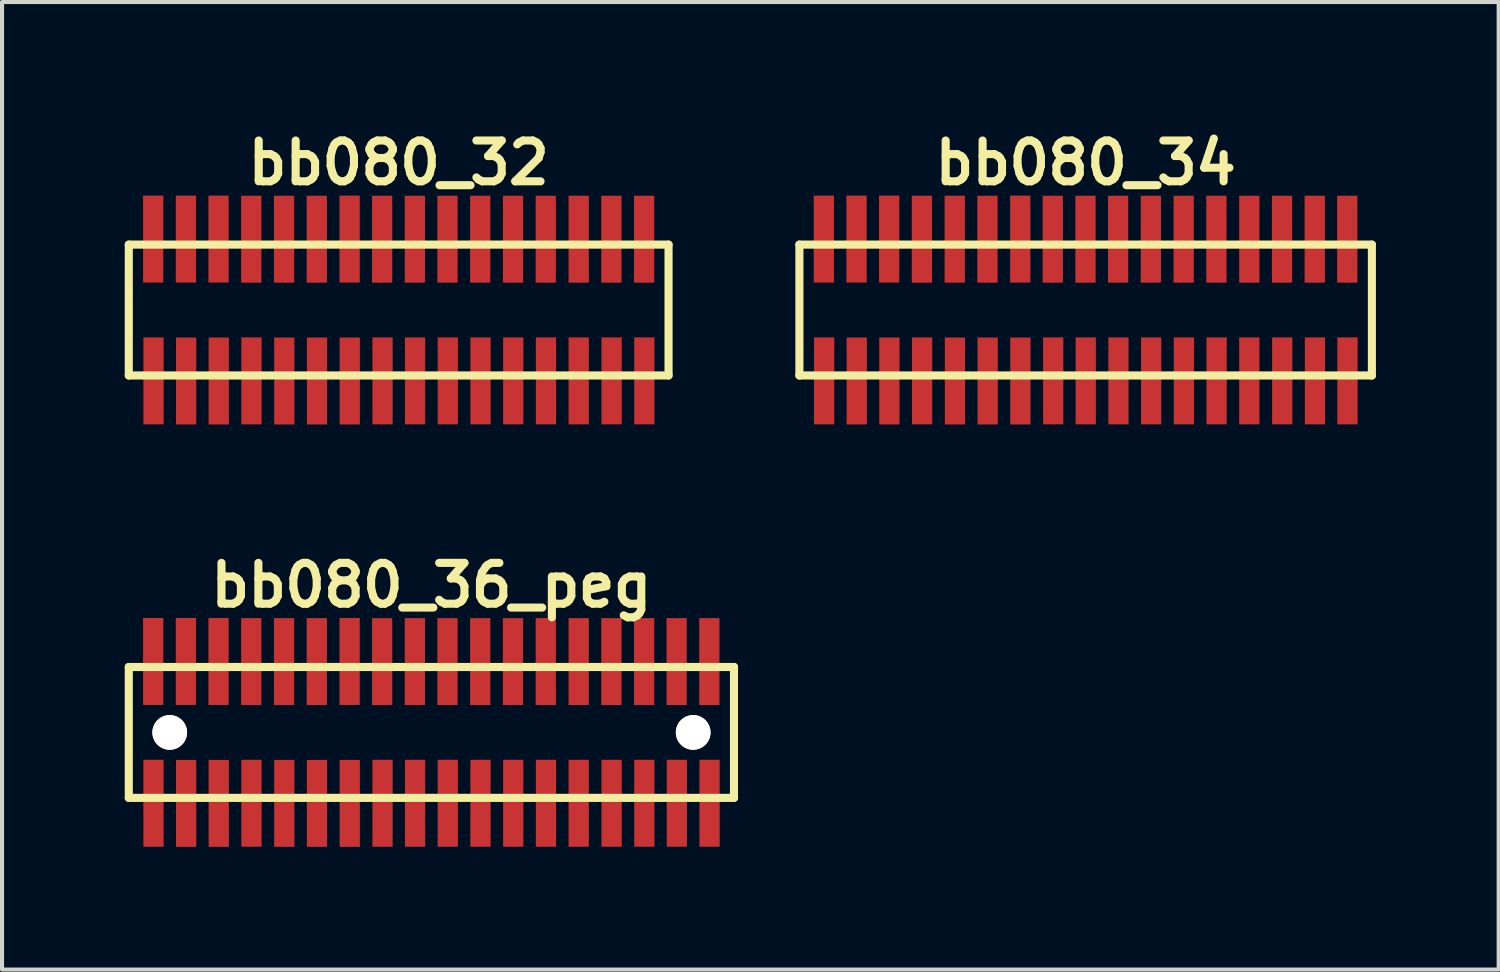
<source format=kicad_pcb>
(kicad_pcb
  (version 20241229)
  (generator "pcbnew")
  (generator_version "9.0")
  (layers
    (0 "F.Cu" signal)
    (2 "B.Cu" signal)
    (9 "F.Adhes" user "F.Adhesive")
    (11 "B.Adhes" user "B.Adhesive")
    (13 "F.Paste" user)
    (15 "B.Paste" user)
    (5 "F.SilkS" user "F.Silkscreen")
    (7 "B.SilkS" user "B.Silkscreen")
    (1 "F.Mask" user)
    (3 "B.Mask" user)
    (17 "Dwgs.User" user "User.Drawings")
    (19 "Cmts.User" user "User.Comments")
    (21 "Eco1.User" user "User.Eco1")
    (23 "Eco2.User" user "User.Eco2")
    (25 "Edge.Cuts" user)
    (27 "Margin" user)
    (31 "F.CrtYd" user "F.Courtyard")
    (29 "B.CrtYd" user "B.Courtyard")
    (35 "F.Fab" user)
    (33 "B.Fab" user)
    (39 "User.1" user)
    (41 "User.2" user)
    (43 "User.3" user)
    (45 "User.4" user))
  (footprint "bb080_36_peg"
    (layer "F.Cu")
    (at 7.498 14.859)
    (property "Reference" "bb080_36_peg" (at 0 -3.599 0) (layer "F.SilkS") (effects (font (size 0.998 0.998) (thickness 0.198))))
    (attr through_hole)
    (fp_line (start -7.399 -1.6) (end -7.399 1.6) (stroke (width 0.198) (type solid)) (layer "F.SilkS"))
    (fp_line (start -7.399 1.6) (end 7.402 1.6) (stroke (width 0.198) (type solid)) (layer "F.SilkS"))
    (fp_line (start 7.399 1.6) (end 7.399 -1.6) (stroke (width 0.198) (type solid)) (layer "F.SilkS"))
    (fp_line (start 7.402 -1.6) (end -7.399 -1.6) (stroke (width 0.198) (type solid)) (layer "F.SilkS"))
    (pad "" np_thru_hole circle (at -6.398 0) (size 0.848 0.848) (drill 0.848) (layers "*.Cu" "*.Mask" "F.SilkS"))
    (pad "" np_thru_hole circle (at 6.401 0) (size 0.848 0.848) (drill 0.848) (layers "*.Cu" "*.Mask" "F.SilkS"))
    (pad "1" smd rect (at -6.795 1.732) (size 0.495 2.126) (layers "F.Cu" "F.Mask" "F.Paste"))
    (pad "2" smd rect (at -6.802 -1.735) (size 0.495 2.126) (layers "F.Cu" "F.Mask" "F.Paste"))
    (pad "3" smd rect (at -5.997 1.735) (size 0.495 2.126) (layers "F.Cu" "F.Mask" "F.Paste"))
    (pad "4" smd rect (at -6.002 -1.735) (size 0.495 2.126) (layers "F.Cu" "F.Mask" "F.Paste"))
    (pad "5" smd rect (at -5.199 1.735) (size 0.495 2.126) (layers "F.Cu" "F.Mask" "F.Paste"))
    (pad "6" smd rect (at -5.204 -1.735) (size 0.495 2.126) (layers "F.Cu" "F.Mask" "F.Paste"))
    (pad "7" smd rect (at -4.399 1.732) (size 0.495 2.126) (layers "F.Cu" "F.Mask" "F.Paste"))
    (pad "8" smd rect (at -4.404 -1.732) (size 0.495 2.126) (layers "F.Cu" "F.Mask" "F.Paste"))
    (pad "9" smd rect (at -3.597 1.735) (size 0.495 2.126) (layers "F.Cu" "F.Mask" "F.Paste"))
    (pad "10" smd rect (at -3.602 -1.732) (size 0.495 2.126) (layers "F.Cu" "F.Mask" "F.Paste"))
    (pad "11" smd rect (at -2.797 1.735) (size 0.495 2.126) (layers "F.Cu" "F.Mask" "F.Paste"))
    (pad "12" smd rect (at -2.802 -1.732) (size 0.495 2.126) (layers "F.Cu" "F.Mask" "F.Paste"))
    (pad "13" smd rect (at -1.996 1.735) (size 0.495 2.126) (layers "F.Cu" "F.Mask" "F.Paste"))
    (pad "14" smd rect (at -1.999 -1.735) (size 0.495 2.126) (layers "F.Cu" "F.Mask" "F.Paste"))
    (pad "15" smd rect (at -1.194 1.732) (size 0.495 2.126) (layers "F.Cu" "F.Mask" "F.Paste"))
    (pad "16" smd rect (at -1.204 -1.732) (size 0.495 2.126) (layers "F.Cu" "F.Mask" "F.Paste"))
    (pad "17" smd rect (at -0.399 1.732) (size 0.495 2.126) (layers "F.Cu" "F.Mask" "F.Paste"))
    (pad "18" smd rect (at -0.404 -1.732) (size 0.495 2.126) (layers "F.Cu" "F.Mask" "F.Paste"))
    (pad "19" smd rect (at 0.401 1.732) (size 0.495 2.126) (layers "F.Cu" "F.Mask" "F.Paste"))
    (pad "20" smd rect (at 0.394 -1.732) (size 0.495 2.126) (layers "F.Cu" "F.Mask" "F.Paste"))
    (pad "21" smd rect (at 1.201 1.732) (size 0.495 2.126) (layers "F.Cu" "F.Mask" "F.Paste"))
    (pad "22" smd rect (at 1.194 -1.732) (size 0.495 2.126) (layers "F.Cu" "F.Mask" "F.Paste"))
    (pad "23" smd rect (at 2.002 1.732) (size 0.495 2.126) (layers "F.Cu" "F.Mask" "F.Paste"))
    (pad "24" smd rect (at 1.996 -1.732) (size 0.495 2.126) (layers "F.Cu" "F.Mask" "F.Paste"))
    (pad "25" smd rect (at 2.802 1.732) (size 0.495 2.126) (layers "F.Cu" "F.Mask" "F.Paste"))
    (pad "26" smd rect (at 2.797 -1.732) (size 0.495 2.126) (layers "F.Cu" "F.Mask" "F.Paste"))
    (pad "27" smd rect (at 3.602 1.732) (size 0.495 2.126) (layers "F.Cu" "F.Mask" "F.Paste"))
    (pad "28" smd rect (at 3.602 -1.732) (size 0.495 2.126) (layers "F.Cu" "F.Mask" "F.Paste"))
    (pad "29" smd rect (at 4.407 1.732) (size 0.495 2.126) (layers "F.Cu" "F.Mask" "F.Paste"))
    (pad "30" smd rect (at 4.402 -1.732) (size 0.495 2.126) (layers "F.Cu" "F.Mask" "F.Paste"))
    (pad "31" smd rect (at 5.207 1.732) (size 0.495 2.126) (layers "F.Cu" "F.Mask" "F.Paste"))
    (pad "32" smd rect (at 5.202 -1.732) (size 0.495 2.126) (layers "F.Cu" "F.Mask" "F.Paste"))
    (pad "33" smd rect (at 6.002 1.732) (size 0.495 2.126) (layers "F.Cu" "F.Mask" "F.Paste"))
    (pad "34" smd rect (at 5.997 -1.732) (size 0.495 2.126) (layers "F.Cu" "F.Mask" "F.Paste"))
    (pad "35" smd rect (at 6.802 1.732) (size 0.495 2.126) (layers "F.Cu" "F.Mask" "F.Paste"))
    (pad "36" smd rect (at 6.797 -1.732) (size 0.495 2.126) (layers "F.Cu" "F.Mask" "F.Paste")))
  (footprint "bb080_32"
    (layer "F.Cu")
    (at 6.698 4.531)
    (property "Reference" "bb080_32" (at 0 -3.599 0) (layer "F.SilkS") (effects (font (size 0.998 0.998) (thickness 0.198))))
    (attr through_hole)
    (fp_line (start -6.599 -1.6) (end -6.599 1.6) (stroke (width 0.198) (type solid)) (layer "F.SilkS"))
    (fp_line (start -6.599 1.6) (end 6.599 1.6) (stroke (width 0.198) (type solid)) (layer "F.SilkS"))
    (fp_line (start 6.599 -1.6) (end -6.599 -1.6) (stroke (width 0.198) (type solid)) (layer "F.SilkS"))
    (fp_line (start 6.599 1.6) (end 6.599 -1.6) (stroke (width 0.198) (type solid)) (layer "F.SilkS"))
    (pad "1" smd rect (at -5.994 1.732) (size 0.495 2.126) (layers "F.Cu" "F.Mask" "F.Paste"))
    (pad "2" smd rect (at -6.002 -1.735) (size 0.495 2.126) (layers "F.Cu" "F.Mask" "F.Paste"))
    (pad "3" smd rect (at -5.197 1.735) (size 0.495 2.126) (layers "F.Cu" "F.Mask" "F.Paste"))
    (pad "4" smd rect (at -5.202 -1.735) (size 0.495 2.126) (layers "F.Cu" "F.Mask" "F.Paste"))
    (pad "5" smd rect (at -4.399 1.735) (size 0.495 2.126) (layers "F.Cu" "F.Mask" "F.Paste"))
    (pad "6" smd rect (at -4.404 -1.735) (size 0.495 2.126) (layers "F.Cu" "F.Mask" "F.Paste"))
    (pad "7" smd rect (at -3.599 1.732) (size 0.495 2.126) (layers "F.Cu" "F.Mask" "F.Paste"))
    (pad "8" smd rect (at -3.604 -1.732) (size 0.495 2.126) (layers "F.Cu" "F.Mask" "F.Paste"))
    (pad "9" smd rect (at -2.797 1.735) (size 0.495 2.126) (layers "F.Cu" "F.Mask" "F.Paste"))
    (pad "10" smd rect (at -2.802 -1.732) (size 0.495 2.126) (layers "F.Cu" "F.Mask" "F.Paste"))
    (pad "11" smd rect (at -1.996 1.735) (size 0.495 2.126) (layers "F.Cu" "F.Mask" "F.Paste"))
    (pad "12" smd rect (at -2.002 -1.732) (size 0.495 2.126) (layers "F.Cu" "F.Mask" "F.Paste"))
    (pad "13" smd rect (at -1.196 1.735) (size 0.495 2.126) (layers "F.Cu" "F.Mask" "F.Paste"))
    (pad "14" smd rect (at -1.199 -1.735) (size 0.495 2.126) (layers "F.Cu" "F.Mask" "F.Paste"))
    (pad "15" smd rect (at -0.394 1.732) (size 0.495 2.126) (layers "F.Cu" "F.Mask" "F.Paste"))
    (pad "16" smd rect (at -0.404 -1.732) (size 0.495 2.126) (layers "F.Cu" "F.Mask" "F.Paste"))
    (pad "17" smd rect (at 0.401 1.732) (size 0.495 2.126) (layers "F.Cu" "F.Mask" "F.Paste"))
    (pad "18" smd rect (at 0.396 -1.732) (size 0.495 2.126) (layers "F.Cu" "F.Mask" "F.Paste"))
    (pad "19" smd rect (at 1.201 1.732) (size 0.495 2.126) (layers "F.Cu" "F.Mask" "F.Paste"))
    (pad "20" smd rect (at 1.194 -1.732) (size 0.495 2.126) (layers "F.Cu" "F.Mask" "F.Paste"))
    (pad "21" smd rect (at 2.002 1.732) (size 0.495 2.126) (layers "F.Cu" "F.Mask" "F.Paste"))
    (pad "22" smd rect (at 1.994 -1.732) (size 0.495 2.126) (layers "F.Cu" "F.Mask" "F.Paste"))
    (pad "23" smd rect (at 2.802 1.732) (size 0.495 2.126) (layers "F.Cu" "F.Mask" "F.Paste"))
    (pad "24" smd rect (at 2.797 -1.732) (size 0.495 2.126) (layers "F.Cu" "F.Mask" "F.Paste"))
    (pad "25" smd rect (at 3.602 1.732) (size 0.495 2.126) (layers "F.Cu" "F.Mask" "F.Paste"))
    (pad "26" smd rect (at 3.597 -1.732) (size 0.495 2.126) (layers "F.Cu" "F.Mask" "F.Paste"))
    (pad "27" smd rect (at 4.402 1.732) (size 0.495 2.126) (layers "F.Cu" "F.Mask" "F.Paste"))
    (pad "28" smd rect (at 4.402 -1.732) (size 0.495 2.126) (layers "F.Cu" "F.Mask" "F.Paste"))
    (pad "29" smd rect (at 5.207 1.732) (size 0.495 2.126) (layers "F.Cu" "F.Mask" "F.Paste"))
    (pad "30" smd rect (at 5.202 -1.732) (size 0.495 2.126) (layers "F.Cu" "F.Mask" "F.Paste"))
    (pad "31" smd rect (at 6.007 1.732) (size 0.495 2.126) (layers "F.Cu" "F.Mask" "F.Paste"))
    (pad "32" smd rect (at 6.002 -1.732) (size 0.495 2.126) (layers "F.Cu" "F.Mask" "F.Paste")))
  (footprint "bb080_34"
    (layer "F.Cu")
    (at 23.495 4.531)
    (property "Reference" "bb080_34" (at 0 -3.599 0) (layer "F.SilkS") (effects (font (size 0.998 0.998) (thickness 0.198))))
    (attr through_hole)
    (fp_line (start -7 1.6) (end 7 1.6) (stroke (width 0.198) (type solid)) (layer "F.SilkS"))
    (fp_line (start -6.998 -1.6) (end -6.998 1.6) (stroke (width 0.198) (type solid)) (layer "F.SilkS"))
    (fp_line (start 7 -1.6) (end -7 -1.6) (stroke (width 0.198) (type solid)) (layer "F.SilkS"))
    (fp_line (start 7 1.6) (end 7 -1.6) (stroke (width 0.198) (type solid)) (layer "F.SilkS"))
    (pad "1" smd rect (at -6.393 1.732) (size 0.495 2.126) (layers "F.Cu" "F.Mask" "F.Paste"))
    (pad "2" smd rect (at -6.401 -1.735) (size 0.495 2.126) (layers "F.Cu" "F.Mask" "F.Paste"))
    (pad "3" smd rect (at -5.596 1.735) (size 0.495 2.126) (layers "F.Cu" "F.Mask" "F.Paste"))
    (pad "4" smd rect (at -5.601 -1.735) (size 0.495 2.126) (layers "F.Cu" "F.Mask" "F.Paste"))
    (pad "5" smd rect (at -4.798 1.735) (size 0.495 2.126) (layers "F.Cu" "F.Mask" "F.Paste"))
    (pad "6" smd rect (at -4.803 -1.735) (size 0.495 2.126) (layers "F.Cu" "F.Mask" "F.Paste"))
    (pad "7" smd rect (at -3.998 1.732) (size 0.495 2.126) (layers "F.Cu" "F.Mask" "F.Paste"))
    (pad "8" smd rect (at -4.003 -1.732) (size 0.495 2.126) (layers "F.Cu" "F.Mask" "F.Paste"))
    (pad "9" smd rect (at -3.195 1.735) (size 0.495 2.126) (layers "F.Cu" "F.Mask" "F.Paste"))
    (pad "10" smd rect (at -3.2 -1.732) (size 0.495 2.126) (layers "F.Cu" "F.Mask" "F.Paste"))
    (pad "11" smd rect (at -2.395 1.735) (size 0.495 2.126) (layers "F.Cu" "F.Mask" "F.Paste"))
    (pad "12" smd rect (at -2.4 -1.732) (size 0.495 2.126) (layers "F.Cu" "F.Mask" "F.Paste"))
    (pad "13" smd rect (at -1.595 1.735) (size 0.495 2.126) (layers "F.Cu" "F.Mask" "F.Paste"))
    (pad "14" smd rect (at -1.598 -1.735) (size 0.495 2.126) (layers "F.Cu" "F.Mask" "F.Paste"))
    (pad "15" smd rect (at -0.792 1.732) (size 0.495 2.126) (layers "F.Cu" "F.Mask" "F.Paste"))
    (pad "16" smd rect (at -0.803 -1.732) (size 0.495 2.126) (layers "F.Cu" "F.Mask" "F.Paste"))
    (pad "17" smd rect (at 0.003 1.732) (size 0.495 2.126) (layers "F.Cu" "F.Mask" "F.Paste"))
    (pad "18" smd rect (at -0.003 -1.732) (size 0.495 2.126) (layers "F.Cu" "F.Mask" "F.Paste"))
    (pad "19" smd rect (at 0.803 1.732) (size 0.495 2.126) (layers "F.Cu" "F.Mask" "F.Paste"))
    (pad "20" smd rect (at 0.795 -1.732) (size 0.495 2.126) (layers "F.Cu" "F.Mask" "F.Paste"))
    (pad "21" smd rect (at 1.603 1.732) (size 0.495 2.126) (layers "F.Cu" "F.Mask" "F.Paste"))
    (pad "22" smd rect (at 1.595 -1.732) (size 0.495 2.126) (layers "F.Cu" "F.Mask" "F.Paste"))
    (pad "23" smd rect (at 2.403 1.732) (size 0.495 2.126) (layers "F.Cu" "F.Mask" "F.Paste"))
    (pad "24" smd rect (at 2.398 -1.732) (size 0.495 2.126) (layers "F.Cu" "F.Mask" "F.Paste"))
    (pad "25" smd rect (at 3.203 1.732) (size 0.495 2.126) (layers "F.Cu" "F.Mask" "F.Paste"))
    (pad "26" smd rect (at 3.198 -1.732) (size 0.495 2.126) (layers "F.Cu" "F.Mask" "F.Paste"))
    (pad "27" smd rect (at 4.003 1.732) (size 0.495 2.126) (layers "F.Cu" "F.Mask" "F.Paste"))
    (pad "28" smd rect (at 4.003 -1.732) (size 0.495 2.126) (layers "F.Cu" "F.Mask" "F.Paste"))
    (pad "29" smd rect (at 4.808 1.732) (size 0.495 2.126) (layers "F.Cu" "F.Mask" "F.Paste"))
    (pad "30" smd rect (at 4.803 -1.732) (size 0.495 2.126) (layers "F.Cu" "F.Mask" "F.Paste"))
    (pad "31" smd rect (at 5.608 1.732) (size 0.495 2.126) (layers "F.Cu" "F.Mask" "F.Paste"))
    (pad "32" smd rect (at 5.603 -1.732) (size 0.495 2.126) (layers "F.Cu" "F.Mask" "F.Paste"))
    (pad "33" smd rect (at 6.403 1.732) (size 0.495 2.126) (layers "F.Cu" "F.Mask" "F.Paste"))
    (pad "34" smd rect (at 6.398 -1.732) (size 0.495 2.126) (layers "F.Cu" "F.Mask" "F.Paste")))
  (gr_rect
    (start -3 -3)
    (end 33.595 20.657)
    (stroke (width 0.1) (type default))
    (fill no)
    (layer "Edge.Cuts")))
</source>
